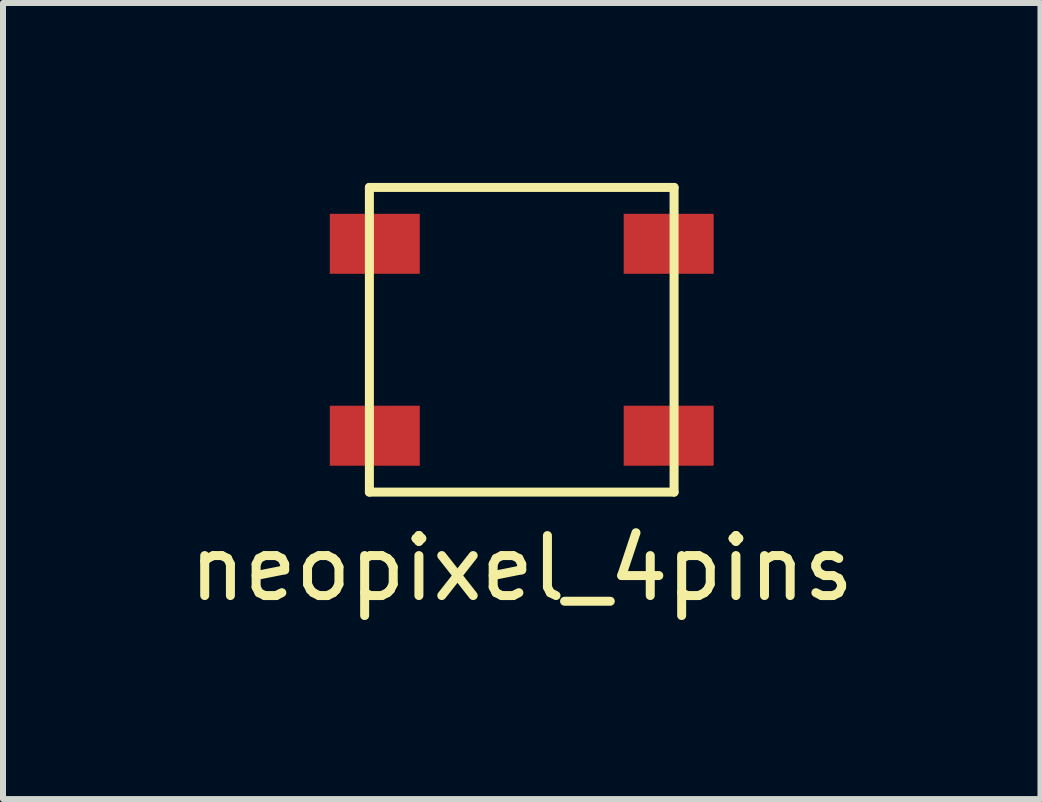
<source format=kicad_pcb>
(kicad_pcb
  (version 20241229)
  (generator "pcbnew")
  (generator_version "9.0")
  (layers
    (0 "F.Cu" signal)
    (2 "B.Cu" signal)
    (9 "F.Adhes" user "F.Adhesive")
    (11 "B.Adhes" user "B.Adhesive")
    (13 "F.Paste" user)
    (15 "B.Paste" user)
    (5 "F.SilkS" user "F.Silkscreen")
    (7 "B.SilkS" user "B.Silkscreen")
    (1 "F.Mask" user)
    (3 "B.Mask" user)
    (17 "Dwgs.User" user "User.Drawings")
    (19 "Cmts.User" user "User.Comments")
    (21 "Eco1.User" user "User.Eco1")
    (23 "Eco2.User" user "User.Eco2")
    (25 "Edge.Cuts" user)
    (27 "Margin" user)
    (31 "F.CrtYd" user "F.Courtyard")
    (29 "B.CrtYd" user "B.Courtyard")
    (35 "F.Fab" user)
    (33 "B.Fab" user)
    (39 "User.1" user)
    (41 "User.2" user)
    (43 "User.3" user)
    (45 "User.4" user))
  (footprint "neopixel_4pins"
    (layer "F.Cu")
    (at 5.649 2.615)
    (property "Reference" "neopixel_4pins" (at 0 3.81 0) (layer "F.SilkS") (effects (font (size 1 1) (thickness 0.15))))
    (attr through_hole)
    (fp_line (start -2.54 -2.54) (end -2.54 2.54) (stroke (width 0.15) (type solid)) (layer "F.SilkS"))
    (fp_line (start -2.54 2.54) (end 2.54 2.54) (stroke (width 0.15) (type solid)) (layer "F.SilkS"))
    (fp_line (start 2.54 -2.54) (end -2.54 -2.54) (stroke (width 0.15) (type solid)) (layer "F.SilkS"))
    (fp_line (start 2.54 2.54) (end 2.54 -2.54) (stroke (width 0.15) (type solid)) (layer "F.SilkS"))
    (pad "1" smd rect (at -2.45 -1.6) (size 1.5 1) (layers "F.Cu" "F.Mask" "F.Paste"))
    (pad "2" smd rect (at -2.45 1.6) (size 1.5 1) (layers "F.Cu" "F.Mask" "F.Paste"))
    (pad "3" smd rect (at 2.45 1.6) (size 1.5 1) (layers "F.Cu" "F.Mask" "F.Paste"))
    (pad "4" smd rect (at 2.45 -1.6) (size 1.5 1) (layers "F.Cu" "F.Mask" "F.Paste")))
  (gr_rect
    (start -3 -3)
    (end 14.298 10.273)
    (stroke (width 0.1) (type default))
    (fill no)
    (layer "Edge.Cuts")))
</source>
